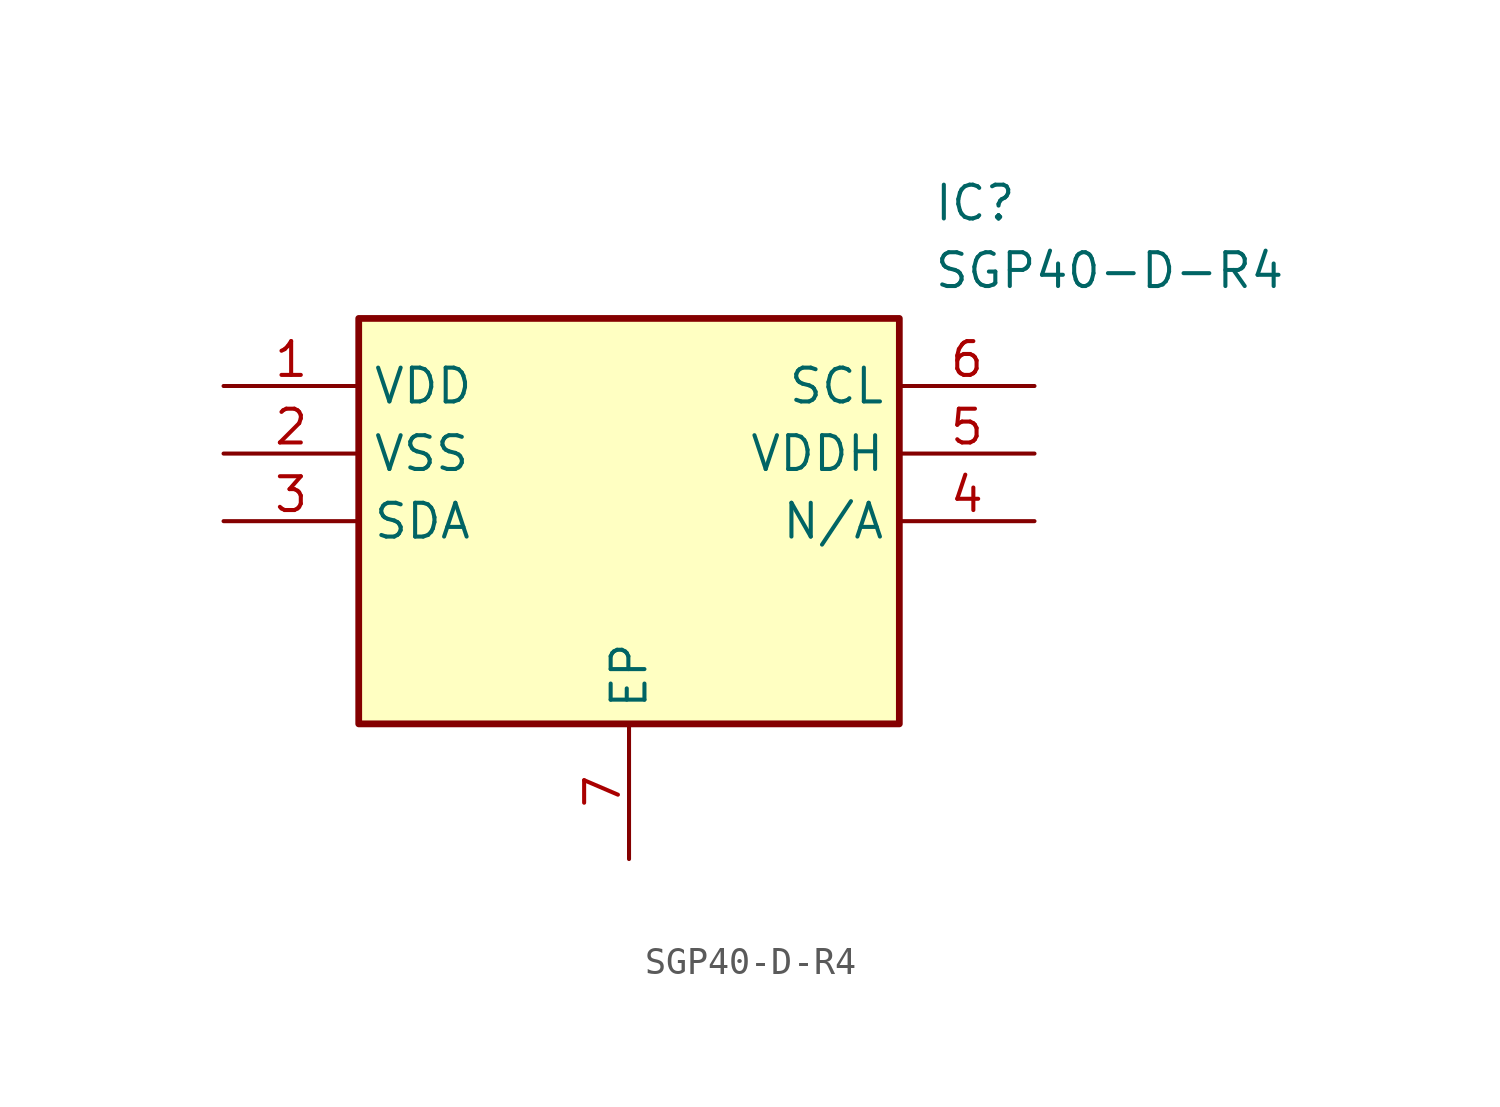
<source format=kicad_sym>
(kicad_symbol_lib
  (version 20211014)
  (generator SamacSys_ECAD_Model)
  (symbol "SGP40-D-R4"
    (property "Reference" "IC"
      (at 26.67 7.62 0)
      (effects (font (size 1.27 1.27)) (justify left top)))
    (property "Value" "SGP40-D-R4"
      (at 26.67 5.08 0)
      (effects (font (size 1.27 1.27)) (justify left top)))
    (rectangle
      (start 5.08 2.54)
      (end 25.4 -12.7)
      (stroke (width 0.254) (type default))
      (fill (type background)))
    (pin passive line
      (at 0 0 0)
      (length 5.08)
      (name "VDD" (effects (font (size 1.27 1.27))))
      (number "1" (effects (font (size 1.27 1.27)))))
    (pin passive line
      (at 0 -2.54 0)
      (length 5.08)
      (name "VSS" (effects (font (size 1.27 1.27))))
      (number "2" (effects (font (size 1.27 1.27)))))
    (pin passive line
      (at 0 -5.08 0)
      (length 5.08)
      (name "SDA" (effects (font (size 1.27 1.27))))
      (number "3" (effects (font (size 1.27 1.27)))))
    (pin passive line
      (at 15.24 -17.78 90)
      (length 5.08)
      (name "EP" (effects (font (size 1.27 1.27))))
      (number "7" (effects (font (size 1.27 1.27)))))
    (pin passive line
      (at 30.48 0 180)
      (length 5.08)
      (name "SCL" (effects (font (size 1.27 1.27))))
      (number "6" (effects (font (size 1.27 1.27)))))
    (pin passive line
      (at 30.48 -2.54 180)
      (length 5.08)
      (name "VDDH" (effects (font (size 1.27 1.27))))
      (number "5" (effects (font (size 1.27 1.27)))))
    (pin passive line
      (at 30.48 -5.08 180)
      (length 5.08)
      (name "N/A" (effects (font (size 1.27 1.27))))
      (number "4" (effects (font (size 1.27 1.27)))))))
</source>
